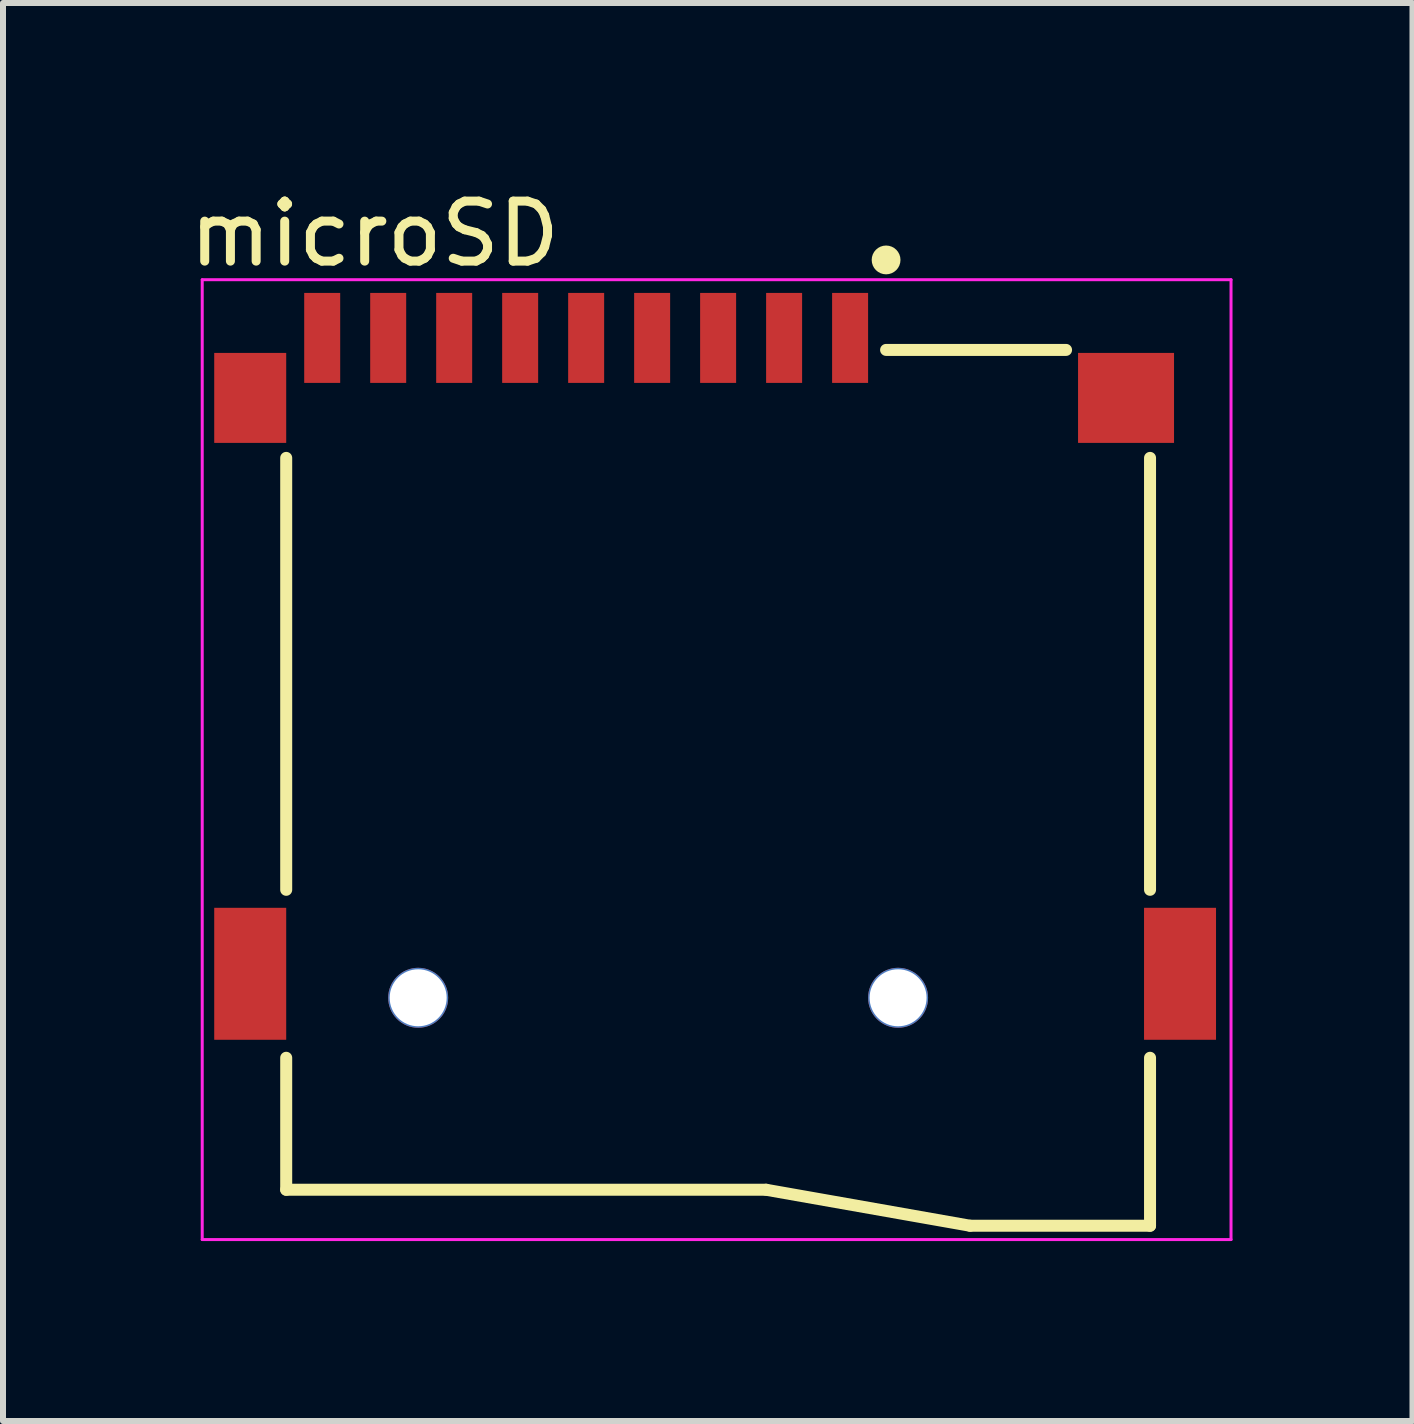
<source format=kicad_pcb>
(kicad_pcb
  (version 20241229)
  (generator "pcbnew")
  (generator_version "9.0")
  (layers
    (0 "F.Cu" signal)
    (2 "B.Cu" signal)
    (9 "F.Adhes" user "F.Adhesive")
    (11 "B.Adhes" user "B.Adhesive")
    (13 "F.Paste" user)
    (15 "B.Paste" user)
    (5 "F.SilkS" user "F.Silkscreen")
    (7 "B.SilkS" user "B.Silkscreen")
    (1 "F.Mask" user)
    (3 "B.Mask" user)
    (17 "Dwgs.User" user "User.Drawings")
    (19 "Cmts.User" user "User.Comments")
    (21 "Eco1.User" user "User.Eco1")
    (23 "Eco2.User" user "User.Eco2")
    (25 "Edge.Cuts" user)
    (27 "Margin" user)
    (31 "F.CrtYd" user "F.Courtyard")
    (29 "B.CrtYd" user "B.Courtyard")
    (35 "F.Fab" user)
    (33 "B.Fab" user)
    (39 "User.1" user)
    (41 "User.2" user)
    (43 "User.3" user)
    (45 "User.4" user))
  (footprint "microSD"
    (layer "F.Cu")
    (at 11.921 13.583)
    (property "Reference" "microSD" (at -8.725 -12.735 0) (layer "F.SilkS") (effects (font (size 1 1) (thickness 0.15))))
    (attr through_hole)
    (fp_line (start -10.2 -1.8) (end -10.2 -9) (stroke (width 0.2) (type solid)) (layer "F.SilkS"))
    (fp_line (start -10.2 3.2) (end -10.2 1) (stroke (width 0.2) (type solid)) (layer "F.SilkS"))
    (fp_line (start -10.2 3.2) (end -2.2 3.2) (stroke (width 0.2) (type solid)) (layer "F.SilkS"))
    (fp_line (start -2.2 3.2) (end 1.2 3.8) (stroke (width 0.2) (type solid)) (layer "F.SilkS"))
    (fp_line (start -0.2 -10.8) (end 2.8 -10.8) (stroke (width 0.2) (type solid)) (layer "F.SilkS"))
    (fp_line (start 1.2 3.8) (end 4.2 3.8) (stroke (width 0.2) (type solid)) (layer "F.SilkS"))
    (fp_line (start 4.2 -1.8) (end 4.2 -9) (stroke (width 0.2) (type solid)) (layer "F.SilkS"))
    (fp_line (start 4.2 3.8) (end 4.2 1) (stroke (width 0.2) (type solid)) (layer "F.SilkS"))
    (fp_circle (center -0.2 -12.3) (end -0.08 -12.3) (stroke (width 0.24) (type solid)) (fill no) (layer "F.SilkS"))
    (fp_line (start -11.6 -11.97) (end 5.55 -11.97) (stroke (width 0.05) (type solid)) (layer "F.CrtYd"))
    (fp_line (start -11.6 4.03) (end -11.6 -11.97) (stroke (width 0.05) (type solid)) (layer "F.CrtYd"))
    (fp_line (start -11.6 4.03) (end 5.55 4.03) (stroke (width 0.05) (type solid)) (layer "F.CrtYd"))
    (fp_line (start 5.55 -11.97) (end 5.55 4.03) (stroke (width 0.05) (type solid)) (layer "F.CrtYd"))
    (pad "" np_thru_hole circle (at -8 0) (size 1 1) (drill 0.95) (layers "*.Cu" "*.Mask"))
    (pad "" np_thru_hole circle (at 0 0) (size 1 1) (drill 0.95) (layers "*.Cu" "*.Mask"))
    (pad "1" smd rect (at -0.8 -11) (size 0.6 1.5) (layers "F.Cu" "F.Mask" "F.Paste"))
    (pad "2" smd rect (at -1.9 -11) (size 0.6 1.5) (layers "F.Cu" "F.Mask" "F.Paste"))
    (pad "3" smd rect (at -3 -11) (size 0.6 1.5) (layers "F.Cu" "F.Mask" "F.Paste"))
    (pad "4" smd rect (at -4.1 -11) (size 0.6 1.5) (layers "F.Cu" "F.Mask" "F.Paste"))
    (pad "5" smd rect (at -5.2 -11) (size 0.6 1.5) (layers "F.Cu" "F.Mask" "F.Paste"))
    (pad "6" smd rect (at -6.3 -11) (size 0.6 1.5) (layers "F.Cu" "F.Mask" "F.Paste"))
    (pad "7" smd rect (at -7.4 -11) (size 0.6 1.5) (layers "F.Cu" "F.Mask" "F.Paste"))
    (pad "8" smd rect (at -8.5 -11) (size 0.6 1.5) (layers "F.Cu" "F.Mask" "F.Paste"))
    (pad "9" smd rect (at -9.6 -11) (size 0.6 1.5) (layers "F.Cu" "F.Mask" "F.Paste"))
    (pad "10" smd rect (at -10.8 -10) (size 1.2 1.5) (layers "F.Cu" "F.Mask" "F.Paste"))
    (pad "10" smd rect (at -10.8 -0.4) (size 1.2 2.2) (layers "F.Cu" "F.Mask" "F.Paste"))
    (pad "10" smd rect (at 3.8 -10) (size 1.6 1.5) (layers "F.Cu" "F.Mask" "F.Paste"))
    (pad "10" smd rect (at 4.7 -0.4) (size 1.2 2.2) (layers "F.Cu" "F.Mask" "F.Paste"))
    (zone (net_name "") (layer "F.Cu") (hatch full 0.508) (connect_pads) (min_thickness 0.01) (filled_areas_thickness no) (keepout (tracks allowed) (vias not_allowed) (pads allowed) (copperpour allowed) (footprints allowed)) (placement (enabled no)) (fill) (polygon (pts (xy 1.271 6.063) (xy 11.471 6.063) (xy 11.471 10.113) (xy 1.271 10.113))))
    (zone (net_name "") (layer "F.Cu") (hatch full 0.508) (connect_pads) (min_thickness 0.01) (filled_areas_thickness no) (keepout (tracks not_allowed) (vias not_allowed) (pads not_allowed) (copperpour not_allowed) (footprints allowed)) (placement (enabled no)) (fill) (polygon (pts (xy 1.271 6.063) (xy 11.471 6.063) (xy 11.471 10.113) (xy 1.271 10.113)))))
  (gr_rect
    (start -3 -3)
    (end 20.496 20.638)
    (stroke (width 0.1) (type default))
    (fill no)
    (layer "Edge.Cuts")))
</source>
